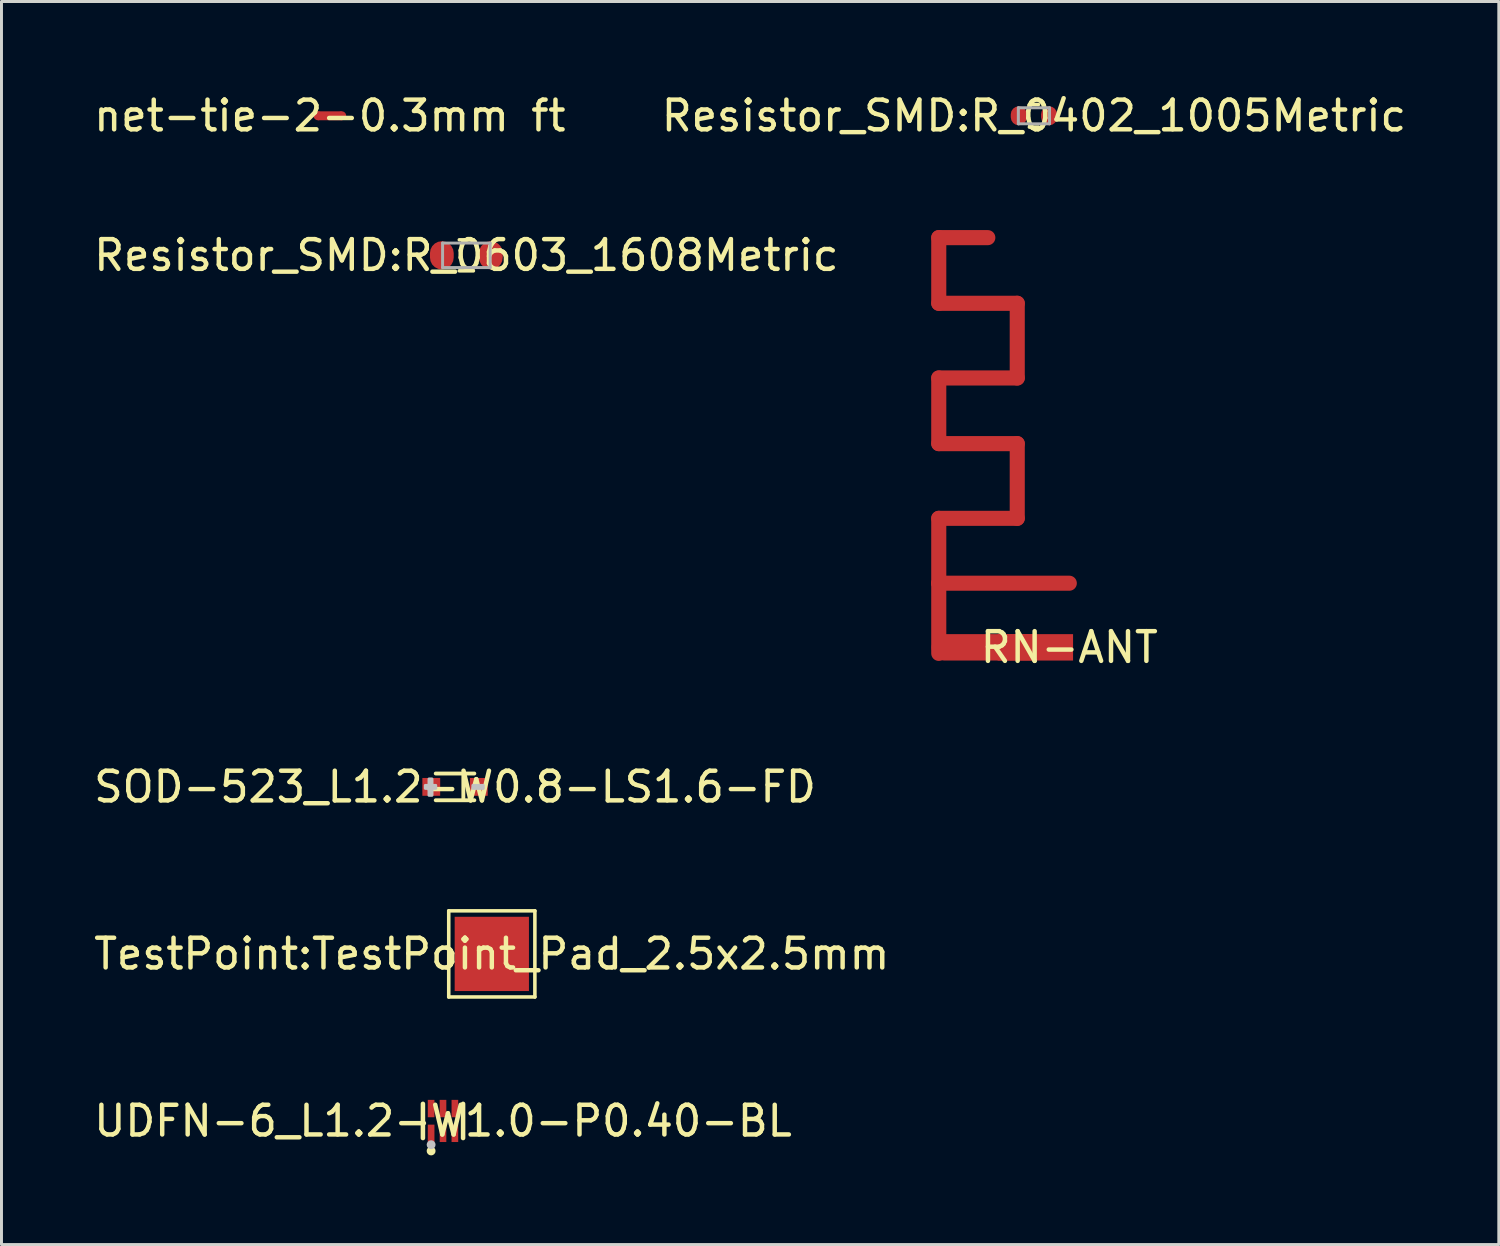
<source format=kicad_pcb>
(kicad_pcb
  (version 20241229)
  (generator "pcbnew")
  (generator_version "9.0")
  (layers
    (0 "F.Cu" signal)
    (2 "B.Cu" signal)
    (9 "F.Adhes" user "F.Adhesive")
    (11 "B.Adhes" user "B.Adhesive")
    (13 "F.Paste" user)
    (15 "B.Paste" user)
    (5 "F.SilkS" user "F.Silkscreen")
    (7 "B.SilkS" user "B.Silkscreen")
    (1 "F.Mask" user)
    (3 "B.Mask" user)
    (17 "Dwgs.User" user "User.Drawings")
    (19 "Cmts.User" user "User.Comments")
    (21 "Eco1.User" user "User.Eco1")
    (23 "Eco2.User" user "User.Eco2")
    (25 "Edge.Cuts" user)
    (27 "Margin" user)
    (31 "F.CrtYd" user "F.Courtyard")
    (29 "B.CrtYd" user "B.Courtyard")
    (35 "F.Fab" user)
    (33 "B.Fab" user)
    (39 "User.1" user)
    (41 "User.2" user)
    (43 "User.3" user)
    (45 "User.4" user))
  (footprint "RN-ANT"
    (layer "F.Cu")
    (at 32.946 18.742)
    (property "Reference" "RN-ANT" (at 0 0 0) (layer "F.SilkS") (effects (font (size 1 1) (thickness 0.15))))
    (fp_line (start -4.394 -13.792) (end -2.743 -13.792) (stroke (width 0.508) (type default)) (layer "F.Cu"))
    (fp_line (start -4.394 -11.582) (end -4.394 -13.792) (stroke (width 0.508) (type default)) (layer "F.Cu"))
    (fp_line (start -4.394 -9.068) (end -1.752 -9.068) (stroke (width 0.508) (type default)) (layer "F.Cu"))
    (fp_line (start -4.394 -6.858) (end -4.394 -9.068) (stroke (width 0.508) (type default)) (layer "F.Cu"))
    (fp_line (start -4.394 -4.343) (end -1.752 -4.343) (stroke (width 0.508) (type default)) (layer "F.Cu"))
    (fp_line (start -4.394 -2.159) (end -4.394 -4.343) (stroke (width 0.508) (type default)) (layer "F.Cu"))
    (fp_line (start -4.394 0.203) (end -4.394 -2.159) (stroke (width 0.508) (type default)) (layer "F.Cu"))
    (fp_line (start -4.191 0) (end -1.27 0) (stroke (width 0.889) (type default)) (layer "F.Cu"))
    (fp_line (start -1.752 -11.582) (end -4.394 -11.582) (stroke (width 0.508) (type default)) (layer "F.Cu"))
    (fp_line (start -1.752 -9.068) (end -1.752 -11.582) (stroke (width 0.508) (type default)) (layer "F.Cu"))
    (fp_line (start -1.752 -6.858) (end -4.394 -6.858) (stroke (width 0.508) (type default)) (layer "F.Cu"))
    (fp_line (start -1.752 -4.343) (end -1.752 -6.858) (stroke (width 0.508) (type default)) (layer "F.Cu"))
    (fp_line (start 0 -2.159) (end -4.394 -2.159) (stroke (width 0.508) (type default)) (layer "F.Cu"))
    (pad "FEED" smd rect (at 0 -2.159) (size 0.025 0.025) (layers "F.Cu" "F.Mask" "F.Paste"))
    (pad "GND" smd rect (at -1.143 0) (size 2.54 0.889) (layers "F.Cu" "F.Mask" "F.Paste")))
  (footprint "net-tie-2-0.3mm ft"
    (layer "F.Cu")
    (at 8.054 0.848)
    (property "Reference" "net-tie-2-0.3mm ft" (at 0 0 0) (layer "F.SilkS") (effects (font (size 1 1) (thickness 0.15))))
    (fp_poly (pts (xy 0.4 0.15) (xy -0.4 0.15) (xy -0.4 -0.15) (xy 0.4 -0.15)) (stroke (width 0) (type default)) (fill yes) (layer "F.Cu"))
    (pad "1" smd circle (at -0.4 0) (size 0.3 0.3) (layers "F.Cu" "F.Mask" "F.Paste"))
    (pad "2" smd circle (at 0.4 0) (size 0.3 0.3) (layers "F.Cu" "F.Mask" "F.Paste")))
  (footprint "Resistor_SMD{colon}R_0402_1005Metric"
    (layer "F.Cu")
    (at 31.756 0.848)
    (property "Reference" "Resistor_SMD{colon}R_0402_1005Metric" (at 0 0 0) (layer "F.SilkS") (effects (font (size 1 1) (thickness 0.15))))
    (fp_line (start -0.153 -0.38) (end 0.153 -0.38) (stroke (width 0.12) (type default)) (layer "F.SilkS"))
    (fp_line (start -0.153 0.38) (end 0.153 0.38) (stroke (width 0.12) (type default)) (layer "F.SilkS"))
    (fp_line (start -0.525 -0.27) (end 0.525 -0.27) (stroke (width 0.1) (type default)) (layer "F.Fab"))
    (fp_line (start -0.525 0.27) (end -0.525 -0.27) (stroke (width 0.1) (type default)) (layer "F.Fab"))
    (fp_line (start 0.525 -0.27) (end 0.525 0.27) (stroke (width 0.1) (type default)) (layer "F.Fab"))
    (fp_line (start 0.525 0.27) (end -0.525 0.27) (stroke (width 0.1) (type default)) (layer "F.Fab"))
    (fp_line (start -0.93 -0.47) (end 0.93 -0.47) (stroke (width 0.05) (type default)) (layer "User.1"))
    (fp_line (start -0.93 0.47) (end -0.93 -0.47) (stroke (width 0.05) (type default)) (layer "User.1"))
    (fp_line (start 0.93 -0.47) (end 0.93 0.47) (stroke (width 0.05) (type default)) (layer "User.1"))
    (fp_line (start 0.93 0.47) (end -0.93 0.47) (stroke (width 0.05) (type default)) (layer "User.1"))
    (pad "1" smd roundrect (at -0.51 0) (size 0.54 0.64) (layers "F.Cu" "F.Mask" "F.Paste") (roundrect_rratio 0.5))
    (pad "2" smd roundrect (at 0.51 0) (size 0.54 0.64) (layers "F.Cu" "F.Mask" "F.Paste") (roundrect_rratio 0.5)))
  (footprint "UDFN-6_L1.2-W1.0-P0.40-BL"
    (layer "F.Cu")
    (at 11.863 34.685)
    (property "Reference" "UDFN-6_L1.2-W1.0-P0.40-BL" (at 0 0 0) (layer "F.SilkS") (effects (font (size 1 1) (thickness 0.15))))
    (fp_line (start -0.676 0.576) (end -0.676 -0.576) (stroke (width 0.152) (type default)) (layer "F.SilkS"))
    (fp_line (start 0.676 0.576) (end 0.676 -0.576) (stroke (width 0.152) (type default)) (layer "F.SilkS"))
    (fp_circle (center -0.4 1.01) (end -0.325 1.01) (stroke (width 0.15) (type default)) (fill no) (layer "F.SilkS"))
    (fp_circle (center -0.4 0.8) (end -0.325 0.8) (stroke (width 0.15) (type default)) (fill no) (layer "Dwgs.User"))
    (fp_poly (pts (xy -0.5 -0.5) (xy -0.5 -0.15) (xy -0.3 -0.15) (xy -0.3 -0.5)) (stroke (width 0.1) (type default)) (fill no) (layer "User.1"))
    (fp_poly (pts (xy -0.5 0.5) (xy -0.5 0.15) (xy -0.3 0.15) (xy -0.3 0.5)) (stroke (width 0.1) (type default)) (fill no) (layer "User.1"))
    (fp_poly (pts (xy -0.1 -0.5) (xy -0.1 -0.15) (xy 0.1 -0.15) (xy 0.1 -0.5)) (stroke (width 0.1) (type default)) (fill no) (layer "User.1"))
    (fp_poly (pts (xy -0.1 0.5) (xy -0.1 0.15) (xy 0.1 0.15) (xy 0.1 0.5)) (stroke (width 0.1) (type default)) (fill no) (layer "User.1"))
    (fp_poly (pts (xy 0.3 -0.5) (xy 0.3 -0.15) (xy 0.5 -0.15) (xy 0.5 -0.5)) (stroke (width 0.1) (type default)) (fill no) (layer "User.1"))
    (fp_poly (pts (xy 0.3 0.5) (xy 0.3 0.15) (xy 0.5 0.15) (xy 0.5 0.5)) (stroke (width 0.1) (type default)) (fill no) (layer "User.1"))
    (fp_line (start -0.6 -0.5) (end 0.6 -0.5) (stroke (width 0.051) (type default)) (layer "User.2"))
    (fp_line (start -0.6 0.5) (end -0.6 -0.5) (stroke (width 0.051) (type default)) (layer "User.2"))
    (fp_line (start 0.6 -0.5) (end 0.6 0.5) (stroke (width 0.051) (type default)) (layer "User.2"))
    (fp_line (start 0.6 0.5) (end -0.6 0.5) (stroke (width 0.051) (type default)) (layer "User.2"))
    (fp_poly (pts (xy -0.545 0.477) (xy -0.577 0.445) (xy -0.623 0.445) (xy -0.655 0.477) (xy -0.655 0.523) (xy -0.623 0.555) (xy -0.577 0.555) (xy -0.545 0.523)) (stroke (width 0.1) (type default)) (fill no) (layer "User.3"))
    (pad "1" smd rect (at -0.4 0.417) (size 0.224 0.585) (layers "F.Cu" "F.Mask" "F.Paste"))
    (pad "2" smd rect (at 0 0.417) (size 0.224 0.585) (layers "F.Cu" "F.Mask" "F.Paste"))
    (pad "3" smd rect (at 0.4 0.417) (size 0.224 0.585) (layers "F.Cu" "F.Mask" "F.Paste"))
    (pad "4" smd rect (at 0.4 -0.417) (size 0.224 0.585) (layers "F.Cu" "F.Mask" "F.Paste"))
    (pad "5" smd rect (at 0 -0.417) (size 0.224 0.585) (layers "F.Cu" "F.Mask" "F.Paste"))
    (pad "6" smd rect (at -0.4 -0.417) (size 0.224 0.585) (layers "F.Cu" "F.Mask" "F.Paste")))
  (footprint "SOD-523_L1.2-W0.8-LS1.6-FD"
    (layer "F.Cu")
    (at 12.268 23.439)
    (property "Reference" "SOD-523_L1.2-W0.8-LS1.6-FD" (at 0 0 0) (layer "F.SilkS") (effects (font (size 1 1) (thickness 0.15))))
    (fp_line (start -0.65 -0.45) (end 0.65 -0.45) (stroke (width 0.13) (type default)) (layer "F.SilkS"))
    (fp_line (start -0.65 0.45) (end 0.65 0.45) (stroke (width 0.13) (type default)) (layer "F.SilkS"))
    (fp_line (start 0.28 -0.406) (end 0.28 0.444) (stroke (width 0.13) (type default)) (layer "F.SilkS"))
    (fp_poly (pts (xy -1 -0.05) (xy -0.65 -0.05) (xy -0.65 0.05) (xy -1 0.05)) (stroke (width 0.1) (type default)) (fill no) (layer "Dwgs.User"))
    (fp_poly (pts (xy -0.876 -0.266) (xy -0.776 -0.266) (xy -0.776 0.284) (xy -0.876 0.284)) (stroke (width 0.1) (type default)) (fill no) (layer "Dwgs.User"))
    (fp_poly (pts (xy 0.6 -0.05) (xy 0.95 -0.05) (xy 0.95 0.05) (xy 0.6 0.05)) (stroke (width 0.1) (type default)) (fill no) (layer "Dwgs.User"))
    (fp_poly (pts (xy -0.8 -0.15) (xy -0.508 -0.15) (xy -0.508 0.15) (xy -0.8 0.15)) (stroke (width 0.1) (type default)) (fill no) (layer "User.1"))
    (fp_poly (pts (xy 0.8 0.15) (xy 0.508 0.15) (xy 0.508 -0.15) (xy 0.8 -0.15)) (stroke (width 0.1) (type default)) (fill no) (layer "User.1"))
    (fp_line (start -0.6 -0.4) (end 0.6 -0.4) (stroke (width 0.051) (type default)) (layer "User.2"))
    (fp_line (start -0.6 0.4) (end -0.6 -0.4) (stroke (width 0.051) (type default)) (layer "User.2"))
    (fp_line (start 0.6 -0.4) (end 0.6 0.4) (stroke (width 0.051) (type default)) (layer "User.2"))
    (fp_line (start 0.6 0.4) (end -0.6 0.4) (stroke (width 0.051) (type default)) (layer "User.2"))
    (fp_poly (pts (xy -0.745 0.377) (xy -0.777 0.345) (xy -0.823 0.345) (xy -0.855 0.377) (xy -0.855 0.423) (xy -0.823 0.455) (xy -0.777 0.455) (xy -0.745 0.423)) (stroke (width 0.1) (type default)) (fill no) (layer "User.3"))
    (pad "1" smd rect (at -0.8 0) (size 0.6 0.6) (layers "F.Cu" "F.Mask" "F.Paste"))
    (pad "2" smd rect (at 0.8 0 180) (size 0.6 0.6) (layers "F.Cu" "F.Mask" "F.Paste")))
  (footprint "Resistor_SMD{colon}R_0603_1608Metric"
    (layer "F.Cu")
    (at 12.649 5.545)
    (property "Reference" "Resistor_SMD{colon}R_0603_1608Metric" (at 0 0 0) (layer "F.SilkS") (effects (font (size 1 1) (thickness 0.15))))
    (fp_line (start -0.237 -0.522) (end 0.237 -0.522) (stroke (width 0.12) (type default)) (layer "F.SilkS"))
    (fp_line (start -0.237 0.522) (end 0.237 0.522) (stroke (width 0.12) (type default)) (layer "F.SilkS"))
    (fp_line (start -0.8 -0.412) (end 0.8 -0.412) (stroke (width 0.1) (type default)) (layer "F.Fab"))
    (fp_line (start -0.8 0.412) (end -0.8 -0.412) (stroke (width 0.1) (type default)) (layer "F.Fab"))
    (fp_line (start 0.8 -0.412) (end 0.8 0.412) (stroke (width 0.1) (type default)) (layer "F.Fab"))
    (fp_line (start 0.8 0.412) (end -0.8 0.412) (stroke (width 0.1) (type default)) (layer "F.Fab"))
    (fp_line (start -1.48 -0.73) (end 1.48 -0.73) (stroke (width 0.05) (type default)) (layer "User.1"))
    (fp_line (start -1.48 0.73) (end -1.48 -0.73) (stroke (width 0.05) (type default)) (layer "User.1"))
    (fp_line (start 1.48 -0.73) (end 1.48 0.73) (stroke (width 0.05) (type default)) (layer "User.1"))
    (fp_line (start 1.48 0.73) (end -1.48 0.73) (stroke (width 0.05) (type default)) (layer "User.1"))
    (pad "1" smd roundrect (at -0.825 0) (size 0.8 0.95) (layers "F.Cu" "F.Mask" "F.Paste") (roundrect_rratio 0.5))
    (pad "2" smd roundrect (at 0.825 0) (size 0.8 0.95) (layers "F.Cu" "F.Mask" "F.Paste") (roundrect_rratio 0.5)))
  (footprint "TestPoint{colon}TestPoint_Pad_2.5x2.5mm"
    (layer "F.Cu")
    (at 13.506 29.062)
    (property "Reference" "TestPoint{colon}TestPoint_Pad_2.5x2.5mm" (at 0 0 0) (layer "F.SilkS") (effects (font (size 1 1) (thickness 0.15))))
    (fp_line (start -1.45 -1.45) (end -1.45 1.45) (stroke (width 0.12) (type default)) (layer "F.SilkS"))
    (fp_line (start -1.45 1.45) (end 1.45 1.45) (stroke (width 0.12) (type default)) (layer "F.SilkS"))
    (fp_line (start 1.45 -1.45) (end -1.45 -1.45) (stroke (width 0.12) (type default)) (layer "F.SilkS"))
    (fp_line (start 1.45 1.45) (end 1.45 -1.45) (stroke (width 0.12) (type default)) (layer "F.SilkS"))
    (fp_line (start -1.75 1.75) (end -1.75 -1.75) (stroke (width 0.05) (type default)) (layer "User.1"))
    (fp_line (start -1.75 1.75) (end 1.75 1.75) (stroke (width 0.05) (type default)) (layer "User.1"))
    (fp_line (start 1.75 -1.75) (end -1.75 -1.75) (stroke (width 0.05) (type default)) (layer "User.1"))
    (fp_line (start 1.75 -1.75) (end 1.75 1.75) (stroke (width 0.05) (type default)) (layer "User.1"))
    (pad "1" smd rect (at 0 0) (size 2.5 2.5) (layers "F.Cu" "F.Mask" "F.Paste")))
  (gr_rect
    (start -3 -3)
    (end 47.405 38.846)
    (stroke (width 0.1) (type default))
    (fill no)
    (layer "Edge.Cuts")))
</source>
